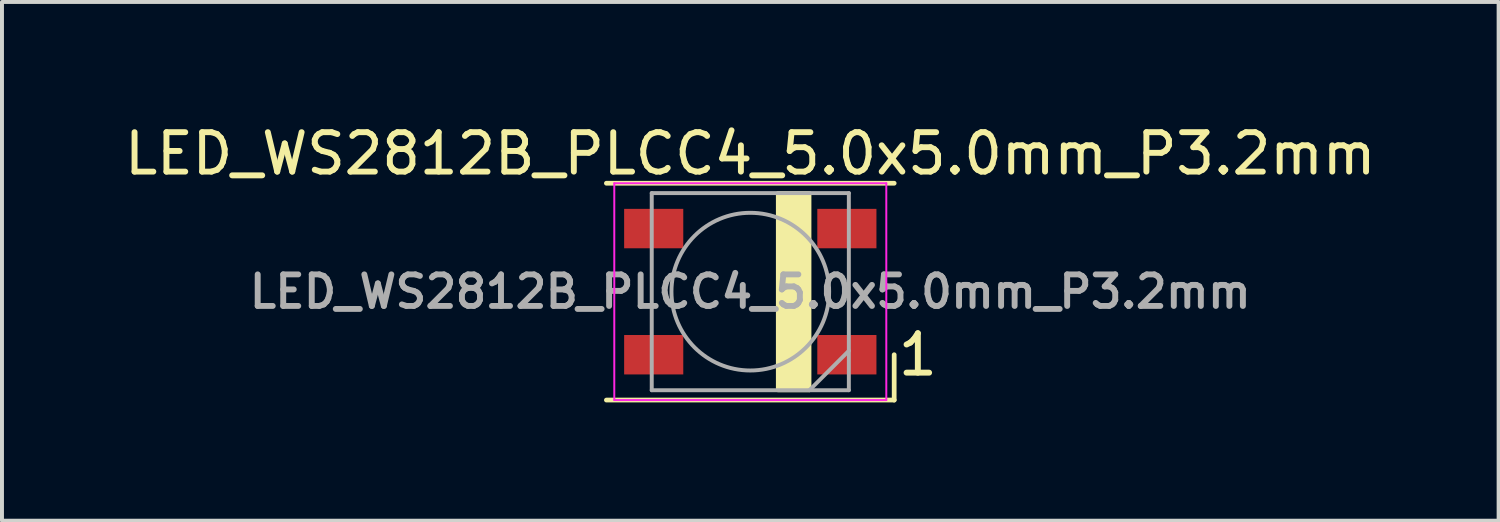
<source format=kicad_pcb>
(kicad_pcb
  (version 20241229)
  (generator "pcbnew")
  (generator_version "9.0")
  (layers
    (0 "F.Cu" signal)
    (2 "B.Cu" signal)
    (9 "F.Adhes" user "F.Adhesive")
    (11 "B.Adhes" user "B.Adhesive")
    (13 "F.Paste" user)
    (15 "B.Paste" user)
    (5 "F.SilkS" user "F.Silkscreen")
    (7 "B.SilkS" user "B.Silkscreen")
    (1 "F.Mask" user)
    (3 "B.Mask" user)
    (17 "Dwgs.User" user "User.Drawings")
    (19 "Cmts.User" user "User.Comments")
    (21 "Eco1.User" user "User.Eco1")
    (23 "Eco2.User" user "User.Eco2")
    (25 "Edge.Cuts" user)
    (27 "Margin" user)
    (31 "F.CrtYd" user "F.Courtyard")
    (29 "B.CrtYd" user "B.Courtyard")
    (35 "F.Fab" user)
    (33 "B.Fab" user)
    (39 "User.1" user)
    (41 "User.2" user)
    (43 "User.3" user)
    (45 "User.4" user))
  (footprint "LED_WS2812B_PLCC4_5.0x5.0mm_P3.2mm"
    (layer "F.Cu")
    (at 15.982 4.348)
    (property "Reference" "LED_WS2812B_PLCC4_5.0x5.0mm_P3.2mm" (at 0 -3.5 0) (layer "F.SilkS") (effects (font (size 1 1) (thickness 0.15))))
    (attr smd)
    (fp_line (start -3.65 -2.75) (end 3.65 -2.75) (stroke (width 0.12) (type solid)) (layer "F.SilkS"))
    (fp_line (start -3.65 2.75) (end 3.65 2.75) (stroke (width 0.12) (type solid)) (layer "F.SilkS"))
    (fp_line (start 3.65 2.75) (end 3.65 1.6) (stroke (width 0.12) (type solid)) (layer "F.SilkS"))
    (fp_poly (pts (xy 1.5 2.5) (xy 0.7 2.5) (xy 0.7 -2.5) (xy 1.5 -2.5)) (stroke (width 0.1) (type solid)) (fill yes) (layer "F.SilkS"))
    (fp_line (start -3.45 -2.75) (end -3.45 2.75) (stroke (width 0.05) (type solid)) (layer "F.CrtYd"))
    (fp_line (start -3.45 2.75) (end 3.45 2.75) (stroke (width 0.05) (type solid)) (layer "F.CrtYd"))
    (fp_line (start 3.45 -2.75) (end -3.45 -2.75) (stroke (width 0.05) (type solid)) (layer "F.CrtYd"))
    (fp_line (start 3.45 2.75) (end 3.45 -2.75) (stroke (width 0.05) (type solid)) (layer "F.CrtYd"))
    (fp_line (start -2.5 -2.5) (end -2.5 2.5) (stroke (width 0.1) (type solid)) (layer "F.Fab"))
    (fp_line (start -2.5 2.5) (end 2.5 2.5) (stroke (width 0.1) (type solid)) (layer "F.Fab"))
    (fp_line (start 2.5 -2.5) (end -2.5 -2.5) (stroke (width 0.1) (type solid)) (layer "F.Fab"))
    (fp_line (start 2.5 1.5) (end 1.5 2.5) (stroke (width 0.1) (type solid)) (layer "F.Fab"))
    (fp_line (start 2.5 2.5) (end 2.5 -2.5) (stroke (width 0.1) (type solid)) (layer "F.Fab"))
    (fp_circle (center 0 0) (end 0 -2) (stroke (width 0.1) (type solid)) (fill no) (layer "F.Fab"))
    (fp_text user "1" (at 4.25 1.6 0) (layer "F.SilkS") (effects (font (size 1 1) (thickness 0.15))))
    (fp_text user "${REFERENCE}" (at 0 0 0) (layer "F.Fab") (effects (font (size 0.8 0.8) (thickness 0.15))))
    (pad "1" smd rect (at 2.45 1.6) (size 1.5 1) (layers "F.Cu" "F.Mask" "F.Paste"))
    (pad "2" smd rect (at 2.45 -1.6) (size 1.5 1) (layers "F.Cu" "F.Mask" "F.Paste"))
    (pad "3" smd rect (at -2.45 -1.6) (size 1.5 1) (layers "F.Cu" "F.Mask" "F.Paste"))
    (pad "4" smd rect (at -2.45 1.6) (size 1.5 1) (layers "F.Cu" "F.Mask" "F.Paste")))
  (gr_rect
    (start -3 -3)
    (end 34.964 10.158)
    (stroke (width 0.1) (type default))
    (fill no)
    (layer "Edge.Cuts")))
</source>
